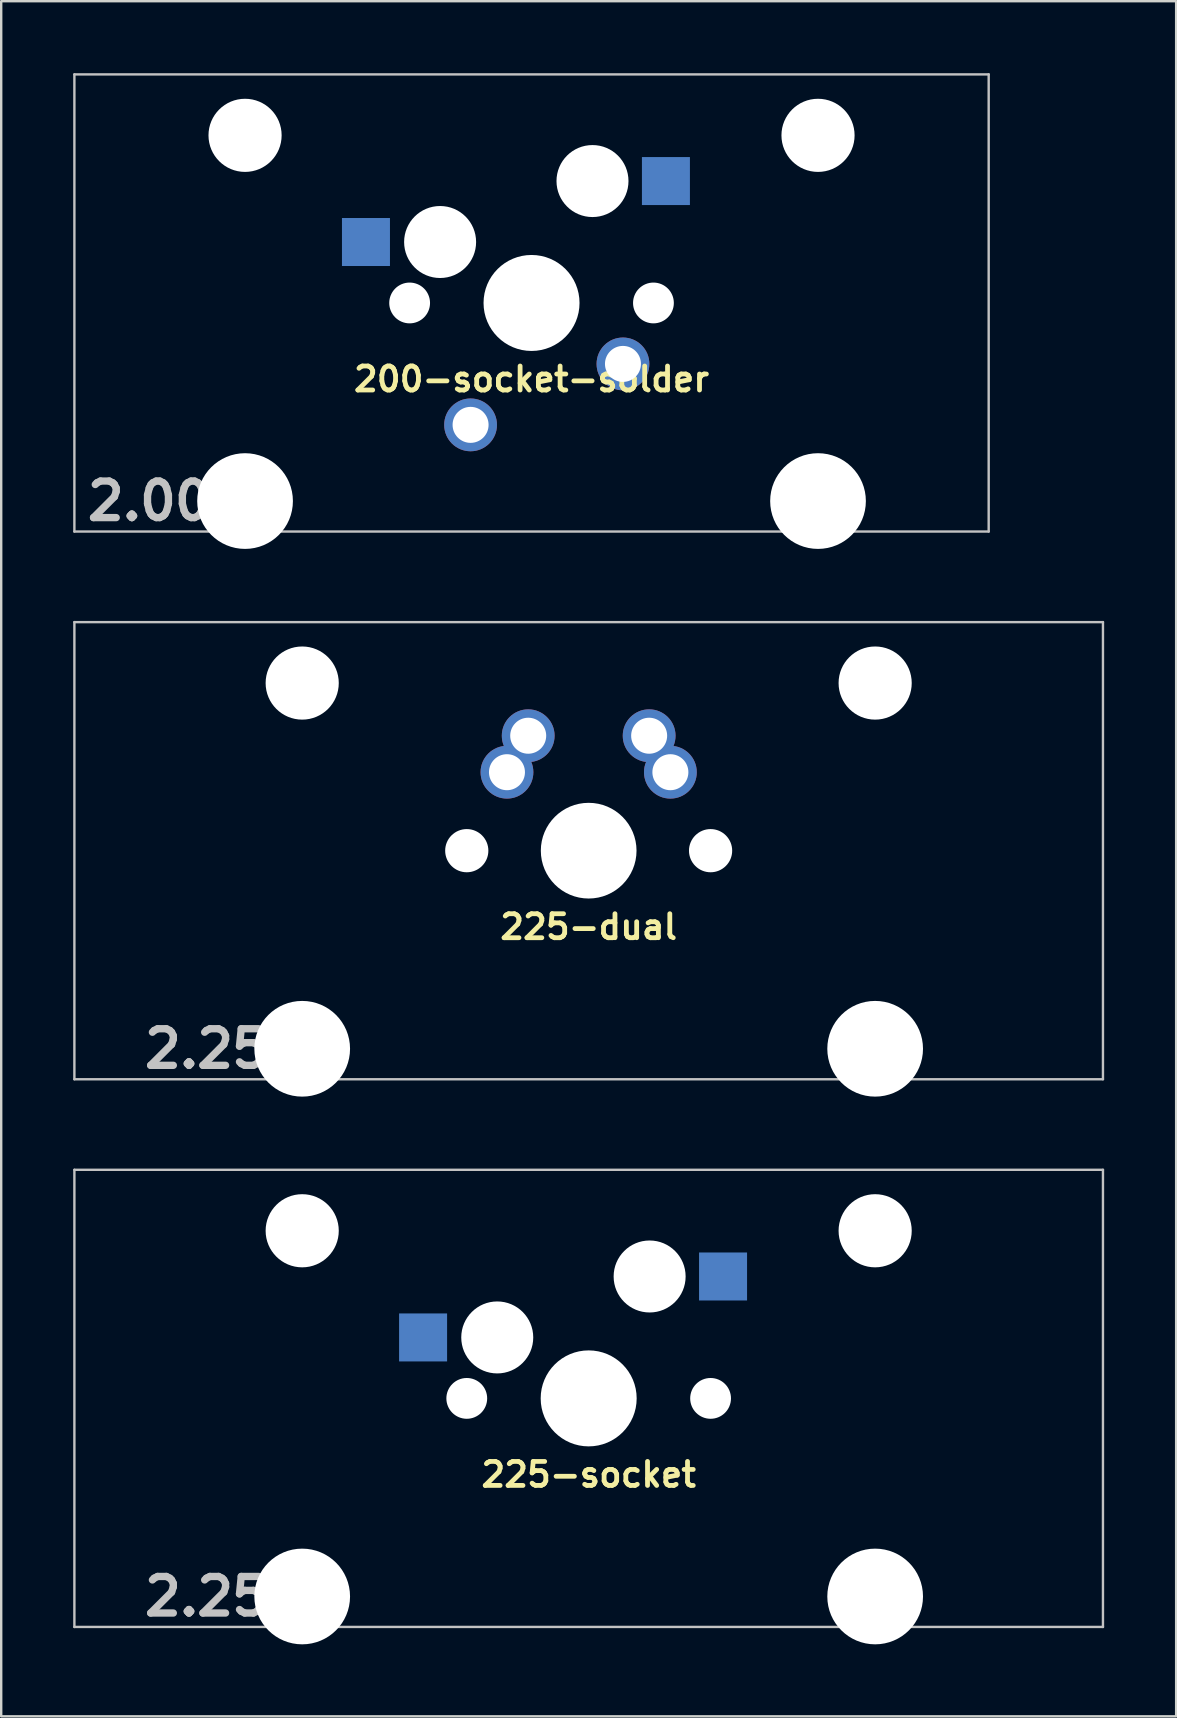
<source format=kicad_pcb>
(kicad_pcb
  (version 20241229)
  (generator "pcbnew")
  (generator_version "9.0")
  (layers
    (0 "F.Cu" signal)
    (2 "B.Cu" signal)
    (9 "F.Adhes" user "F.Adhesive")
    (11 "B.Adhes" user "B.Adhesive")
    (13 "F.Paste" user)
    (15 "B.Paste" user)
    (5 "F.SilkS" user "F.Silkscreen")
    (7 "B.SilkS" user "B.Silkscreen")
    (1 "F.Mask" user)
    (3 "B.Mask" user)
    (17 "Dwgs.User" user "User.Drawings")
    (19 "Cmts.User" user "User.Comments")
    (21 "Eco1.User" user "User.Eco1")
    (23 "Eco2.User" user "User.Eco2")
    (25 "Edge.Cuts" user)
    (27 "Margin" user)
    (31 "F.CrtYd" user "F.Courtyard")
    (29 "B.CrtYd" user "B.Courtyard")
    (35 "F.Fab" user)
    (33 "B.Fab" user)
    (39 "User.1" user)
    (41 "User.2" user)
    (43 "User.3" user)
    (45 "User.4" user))
  (footprint "225-socket"
    (layer "F.Cu")
    (at 21.481 55.223)
    (property "Reference" "225-socket" (at 0 3.175 0) (layer "F.SilkS") (effects (font (size 1 1) (thickness 0.2))))
    (attr through_hole)
    (fp_line (start -21.431 -9.525) (end 21.431 -9.525) (stroke (width 0.1) (type solid)) (layer "Dwgs.User"))
    (fp_line (start -21.431 9.525) (end -21.431 -9.525) (stroke (width 0.1) (type solid)) (layer "Dwgs.User"))
    (fp_line (start 21.431 -9.525) (end 21.431 9.525) (stroke (width 0.1) (type solid)) (layer "Dwgs.User"))
    (fp_line (start 21.431 9.525) (end -21.431 9.525) (stroke (width 0.1) (type solid)) (layer "Dwgs.User"))
    (fp_line (start -16.129 -2.286) (end -15.265 -2.286) (stroke (width 0.152) (type solid)) (layer "Eco2.User"))
    (fp_line (start -16.129 0.508) (end -16.129 -2.286) (stroke (width 0.152) (type solid)) (layer "Eco2.User"))
    (fp_line (start -15.265 -5.69) (end -8.611 -5.69) (stroke (width 0.152) (type solid)) (layer "Eco2.User"))
    (fp_line (start -15.265 -2.286) (end -15.265 -5.69) (stroke (width 0.152) (type solid)) (layer "Eco2.User"))
    (fp_line (start -15.265 0.508) (end -16.129 0.508) (stroke (width 0.152) (type solid)) (layer "Eco2.User"))
    (fp_line (start -15.265 6.604) (end -15.265 0.508) (stroke (width 0.152) (type solid)) (layer "Eco2.User"))
    (fp_line (start -14.224 6.604) (end -15.265 6.604) (stroke (width 0.152) (type solid)) (layer "Eco2.User"))
    (fp_line (start -14.224 7.772) (end -14.224 6.604) (stroke (width 0.152) (type solid)) (layer "Eco2.User"))
    (fp_line (start -9.652 6.604) (end -9.652 7.772) (stroke (width 0.152) (type solid)) (layer "Eco2.User"))
    (fp_line (start -9.652 7.772) (end -14.224 7.772) (stroke (width 0.152) (type solid)) (layer "Eco2.User"))
    (fp_line (start -8.611 -5.69) (end -8.611 -4.877) (stroke (width 0.152) (type solid)) (layer "Eco2.User"))
    (fp_line (start -8.611 -4.877) (end -6.985 -4.877) (stroke (width 0.152) (type solid)) (layer "Eco2.User"))
    (fp_line (start -8.611 5.817) (end -8.611 6.604) (stroke (width 0.152) (type solid)) (layer "Eco2.User"))
    (fp_line (start -8.611 6.604) (end -9.652 6.604) (stroke (width 0.152) (type solid)) (layer "Eco2.User"))
    (fp_line (start -6.985 -6.985) (end 6.985 -6.985) (stroke (width 0.152) (type solid)) (layer "Eco2.User"))
    (fp_line (start -6.985 -4.877) (end -6.985 -6.985) (stroke (width 0.152) (type solid)) (layer "Eco2.User"))
    (fp_line (start -6.985 5.817) (end -8.611 5.817) (stroke (width 0.152) (type solid)) (layer "Eco2.User"))
    (fp_line (start -6.985 6.985) (end -6.985 5.817) (stroke (width 0.152) (type solid)) (layer "Eco2.User"))
    (fp_line (start 6.985 -6.985) (end 6.985 -4.877) (stroke (width 0.152) (type solid)) (layer "Eco2.User"))
    (fp_line (start 6.985 -4.877) (end 8.611 -4.877) (stroke (width 0.152) (type solid)) (layer "Eco2.User"))
    (fp_line (start 6.985 5.817) (end 6.985 6.985) (stroke (width 0.152) (type solid)) (layer "Eco2.User"))
    (fp_line (start 6.985 6.985) (end -6.985 6.985) (stroke (width 0.152) (type solid)) (layer "Eco2.User"))
    (fp_line (start 8.611 -5.69) (end 15.265 -5.69) (stroke (width 0.152) (type solid)) (layer "Eco2.User"))
    (fp_line (start 8.611 -4.877) (end 8.611 -5.69) (stroke (width 0.152) (type solid)) (layer "Eco2.User"))
    (fp_line (start 8.611 5.817) (end 6.985 5.817) (stroke (width 0.152) (type solid)) (layer "Eco2.User"))
    (fp_line (start 8.611 6.604) (end 8.611 5.817) (stroke (width 0.152) (type solid)) (layer "Eco2.User"))
    (fp_line (start 9.652 6.604) (end 8.611 6.604) (stroke (width 0.152) (type solid)) (layer "Eco2.User"))
    (fp_line (start 9.652 7.772) (end 9.652 6.604) (stroke (width 0.152) (type solid)) (layer "Eco2.User"))
    (fp_line (start 14.224 6.604) (end 14.224 7.772) (stroke (width 0.152) (type solid)) (layer "Eco2.User"))
    (fp_line (start 14.224 7.772) (end 9.652 7.772) (stroke (width 0.152) (type solid)) (layer "Eco2.User"))
    (fp_line (start 15.265 -5.69) (end 15.265 -2.286) (stroke (width 0.152) (type solid)) (layer "Eco2.User"))
    (fp_line (start 15.265 -2.286) (end 16.129 -2.286) (stroke (width 0.152) (type solid)) (layer "Eco2.User"))
    (fp_line (start 15.265 0.508) (end 15.265 6.604) (stroke (width 0.152) (type solid)) (layer "Eco2.User"))
    (fp_line (start 15.265 6.604) (end 14.224 6.604) (stroke (width 0.152) (type solid)) (layer "Eco2.User"))
    (fp_line (start 16.129 -2.286) (end 16.129 0.508) (stroke (width 0.152) (type solid)) (layer "Eco2.User"))
    (fp_line (start 16.129 0.508) (end 15.265 0.508) (stroke (width 0.152) (type solid)) (layer "Eco2.User"))
    (fp_text user "2.25u" (at -15.24 8.255 0) (layer "Dwgs.User") (effects (font (size 1.524 1.524) (thickness 0.305))))
    (pad "" np_thru_hole circle (at -11.938 -6.985) (size 3.048 3.048) (drill 3.048) (layers "*.Cu" "*.Mask"))
    (pad "" np_thru_hole circle (at -11.938 8.255) (size 3.988 3.988) (drill 3.988) (layers "*.Cu" "*.Mask"))
    (pad "" np_thru_hole circle (at -5.08 0) (size 1.7 1.7) (drill 1.7) (layers "*.Cu" "*.Mask"))
    (pad "" np_thru_hole circle (at -3.81 -2.54 180) (size 3 3) (drill 3) (layers "*.Cu" "*.Mask"))
    (pad "" np_thru_hole circle (at 0 0 90) (size 4 4) (drill 4) (layers "*.Cu" "*.Mask"))
    (pad "" np_thru_hole circle (at 2.54 -5.08 180) (size 3 3) (drill 3) (layers "*.Cu" "*.Mask"))
    (pad "" np_thru_hole circle (at 5.08 0) (size 1.7 1.7) (drill 1.7) (layers "*.Cu" "*.Mask"))
    (pad "" np_thru_hole circle (at 11.938 -6.985) (size 3.048 3.048) (drill 3.048) (layers "*.Cu" "*.Mask"))
    (pad "" np_thru_hole circle (at 11.938 8.255) (size 3.988 3.988) (drill 3.988) (layers "*.Cu" "*.Mask"))
    (pad "1" smd rect (at -6.9 -2.54 180) (size 2 2) (layers "B.Cu" "B.Mask" "B.Paste"))
    (pad "2" smd rect (at 5.6 -5.08 180) (size 2 2) (layers "B.Cu" "B.Mask" "B.Paste")))
  (footprint "200-socket-solder"
    (layer "F.Cu")
    (at 19.1 9.575)
    (property "Reference" "200-socket-solder" (at 0 3.175 0) (layer "F.SilkS") (effects (font (size 1 1) (thickness 0.2))))
    (attr through_hole)
    (fp_line (start -19.05 -9.525) (end 19.05 -9.525) (stroke (width 0.1) (type solid)) (layer "Dwgs.User"))
    (fp_line (start -19.05 9.525) (end -19.05 -9.525) (stroke (width 0.1) (type solid)) (layer "Dwgs.User"))
    (fp_line (start 19.05 -9.525) (end 19.05 9.525) (stroke (width 0.1) (type solid)) (layer "Dwgs.User"))
    (fp_line (start 19.05 9.525) (end -19.05 9.525) (stroke (width 0.1) (type solid)) (layer "Dwgs.User"))
    (fp_line (start -16.129 -2.286) (end -15.265 -2.286) (stroke (width 0.152) (type solid)) (layer "Eco2.User"))
    (fp_line (start -16.129 0.508) (end -16.129 -2.286) (stroke (width 0.152) (type solid)) (layer "Eco2.User"))
    (fp_line (start -15.265 -5.69) (end -8.611 -5.69) (stroke (width 0.152) (type solid)) (layer "Eco2.User"))
    (fp_line (start -15.265 -2.286) (end -15.265 -5.69) (stroke (width 0.152) (type solid)) (layer "Eco2.User"))
    (fp_line (start -15.265 0.508) (end -16.129 0.508) (stroke (width 0.152) (type solid)) (layer "Eco2.User"))
    (fp_line (start -15.265 6.604) (end -15.265 0.508) (stroke (width 0.152) (type solid)) (layer "Eco2.User"))
    (fp_line (start -14.224 6.604) (end -15.265 6.604) (stroke (width 0.152) (type solid)) (layer "Eco2.User"))
    (fp_line (start -14.224 7.772) (end -14.224 6.604) (stroke (width 0.152) (type solid)) (layer "Eco2.User"))
    (fp_line (start -9.652 6.604) (end -9.652 7.772) (stroke (width 0.152) (type solid)) (layer "Eco2.User"))
    (fp_line (start -9.652 7.772) (end -14.224 7.772) (stroke (width 0.152) (type solid)) (layer "Eco2.User"))
    (fp_line (start -8.611 -5.69) (end -8.611 -4.877) (stroke (width 0.152) (type solid)) (layer "Eco2.User"))
    (fp_line (start -8.611 -4.877) (end -6.985 -4.877) (stroke (width 0.152) (type solid)) (layer "Eco2.User"))
    (fp_line (start -8.611 5.817) (end -8.611 6.604) (stroke (width 0.152) (type solid)) (layer "Eco2.User"))
    (fp_line (start -8.611 6.604) (end -9.652 6.604) (stroke (width 0.152) (type solid)) (layer "Eco2.User"))
    (fp_line (start -6.985 -6.985) (end 6.985 -6.985) (stroke (width 0.152) (type solid)) (layer "Eco2.User"))
    (fp_line (start -6.985 -4.877) (end -6.985 -6.985) (stroke (width 0.152) (type solid)) (layer "Eco2.User"))
    (fp_line (start -6.985 5.817) (end -8.611 5.817) (stroke (width 0.152) (type solid)) (layer "Eco2.User"))
    (fp_line (start -6.985 6.985) (end -6.985 5.817) (stroke (width 0.152) (type solid)) (layer "Eco2.User"))
    (fp_line (start 6.985 -6.985) (end 6.985 -4.877) (stroke (width 0.152) (type solid)) (layer "Eco2.User"))
    (fp_line (start 6.985 -4.877) (end 8.611 -4.877) (stroke (width 0.152) (type solid)) (layer "Eco2.User"))
    (fp_line (start 6.985 5.817) (end 6.985 6.985) (stroke (width 0.152) (type solid)) (layer "Eco2.User"))
    (fp_line (start 6.985 6.985) (end -6.985 6.985) (stroke (width 0.152) (type solid)) (layer "Eco2.User"))
    (fp_line (start 8.611 -5.69) (end 15.265 -5.69) (stroke (width 0.152) (type solid)) (layer "Eco2.User"))
    (fp_line (start 8.611 -4.877) (end 8.611 -5.69) (stroke (width 0.152) (type solid)) (layer "Eco2.User"))
    (fp_line (start 8.611 5.817) (end 6.985 5.817) (stroke (width 0.152) (type solid)) (layer "Eco2.User"))
    (fp_line (start 8.611 6.604) (end 8.611 5.817) (stroke (width 0.152) (type solid)) (layer "Eco2.User"))
    (fp_line (start 9.652 6.604) (end 8.611 6.604) (stroke (width 0.152) (type solid)) (layer "Eco2.User"))
    (fp_line (start 9.652 7.772) (end 9.652 6.604) (stroke (width 0.152) (type solid)) (layer "Eco2.User"))
    (fp_line (start 14.224 6.604) (end 14.224 7.772) (stroke (width 0.152) (type solid)) (layer "Eco2.User"))
    (fp_line (start 14.224 7.772) (end 9.652 7.772) (stroke (width 0.152) (type solid)) (layer "Eco2.User"))
    (fp_line (start 15.265 -5.69) (end 15.265 -2.286) (stroke (width 0.152) (type solid)) (layer "Eco2.User"))
    (fp_line (start 15.265 -2.286) (end 16.129 -2.286) (stroke (width 0.152) (type solid)) (layer "Eco2.User"))
    (fp_line (start 15.265 0.508) (end 15.265 6.604) (stroke (width 0.152) (type solid)) (layer "Eco2.User"))
    (fp_line (start 15.265 6.604) (end 14.224 6.604) (stroke (width 0.152) (type solid)) (layer "Eco2.User"))
    (fp_line (start 16.129 -2.286) (end 16.129 0.508) (stroke (width 0.152) (type solid)) (layer "Eco2.User"))
    (fp_line (start 16.129 0.508) (end 15.265 0.508) (stroke (width 0.152) (type solid)) (layer "Eco2.User"))
    (fp_text user "2.00u" (at -15.24 8.255 0) (layer "Dwgs.User") (effects (font (size 1.524 1.524) (thickness 0.305))))
    (pad "" np_thru_hole circle (at -11.938 -6.985) (size 3.048 3.048) (drill 3.048) (layers "*.Cu" "*.Mask"))
    (pad "" np_thru_hole circle (at -11.938 8.255) (size 3.988 3.988) (drill 3.988) (layers "*.Cu" "*.Mask"))
    (pad "" np_thru_hole circle (at -5.08 0) (size 1.7 1.7) (drill 1.7) (layers "*.Cu" "*.Mask"))
    (pad "" np_thru_hole circle (at -3.81 -2.54 180) (size 3 3) (drill 3) (layers "*.Cu" "*.Mask"))
    (pad "" np_thru_hole circle (at 0 0 90) (size 4 4) (drill 4) (layers "*.Cu" "*.Mask"))
    (pad "" np_thru_hole circle (at 2.54 -5.08 180) (size 3 3) (drill 3) (layers "*.Cu" "*.Mask"))
    (pad "" np_thru_hole circle (at 5.08 0) (size 1.7 1.7) (drill 1.7) (layers "*.Cu" "*.Mask"))
    (pad "" np_thru_hole circle (at 11.938 -6.985) (size 3.048 3.048) (drill 3.048) (layers "*.Cu" "*.Mask"))
    (pad "" np_thru_hole circle (at 11.938 8.255) (size 3.988 3.988) (drill 3.988) (layers "*.Cu" "*.Mask"))
    (pad "1" smd rect (at -6.9 -2.54 180) (size 2 2) (layers "B.Cu" "B.Mask" "B.Paste"))
    (pad "1" thru_hole circle (at -2.54 5.08 180) (size 2.2 2.2) (drill 1.5) (layers "*.Cu" "*.Mask"))
    (pad "2" thru_hole circle (at 3.81 2.54 180) (size 2.2 2.2) (drill 1.5) (layers "*.Cu" "*.Mask"))
    (pad "2" smd rect (at 5.6 -5.08 180) (size 2 2) (layers "B.Cu" "B.Mask" "B.Paste")))
  (footprint "225-dual"
    (layer "F.Cu")
    (at 21.481 32.399)
    (property "Reference" "225-dual" (at 0 3.175 0) (layer "F.SilkS") (effects (font (size 1 1) (thickness 0.2))))
    (attr through_hole)
    (fp_line (start -21.431 -9.525) (end 21.431 -9.525) (stroke (width 0.1) (type solid)) (layer "Dwgs.User"))
    (fp_line (start -21.431 9.525) (end -21.431 -9.525) (stroke (width 0.1) (type solid)) (layer "Dwgs.User"))
    (fp_line (start 21.431 -9.525) (end 21.431 9.525) (stroke (width 0.1) (type solid)) (layer "Dwgs.User"))
    (fp_line (start 21.431 9.525) (end -21.431 9.525) (stroke (width 0.1) (type solid)) (layer "Dwgs.User"))
    (fp_line (start -16.129 -2.286) (end -15.265 -2.286) (stroke (width 0.152) (type solid)) (layer "Eco2.User"))
    (fp_line (start -16.129 0.508) (end -16.129 -2.286) (stroke (width 0.152) (type solid)) (layer "Eco2.User"))
    (fp_line (start -15.265 -5.69) (end -8.611 -5.69) (stroke (width 0.152) (type solid)) (layer "Eco2.User"))
    (fp_line (start -15.265 -2.286) (end -15.265 -5.69) (stroke (width 0.152) (type solid)) (layer "Eco2.User"))
    (fp_line (start -15.265 0.508) (end -16.129 0.508) (stroke (width 0.152) (type solid)) (layer "Eco2.User"))
    (fp_line (start -15.265 6.604) (end -15.265 0.508) (stroke (width 0.152) (type solid)) (layer "Eco2.User"))
    (fp_line (start -14.224 6.604) (end -15.265 6.604) (stroke (width 0.152) (type solid)) (layer "Eco2.User"))
    (fp_line (start -14.224 7.772) (end -14.224 6.604) (stroke (width 0.152) (type solid)) (layer "Eco2.User"))
    (fp_line (start -9.652 6.604) (end -9.652 7.772) (stroke (width 0.152) (type solid)) (layer "Eco2.User"))
    (fp_line (start -9.652 7.772) (end -14.224 7.772) (stroke (width 0.152) (type solid)) (layer "Eco2.User"))
    (fp_line (start -8.611 -5.69) (end -8.611 -4.877) (stroke (width 0.152) (type solid)) (layer "Eco2.User"))
    (fp_line (start -8.611 -4.877) (end -6.985 -4.877) (stroke (width 0.152) (type solid)) (layer "Eco2.User"))
    (fp_line (start -8.611 5.817) (end -8.611 6.604) (stroke (width 0.152) (type solid)) (layer "Eco2.User"))
    (fp_line (start -8.611 6.604) (end -9.652 6.604) (stroke (width 0.152) (type solid)) (layer "Eco2.User"))
    (fp_line (start -6.985 -6.985) (end 6.985 -6.985) (stroke (width 0.152) (type solid)) (layer "Eco2.User"))
    (fp_line (start -6.985 -4.877) (end -6.985 -6.985) (stroke (width 0.152) (type solid)) (layer "Eco2.User"))
    (fp_line (start -6.985 5.817) (end -8.611 5.817) (stroke (width 0.152) (type solid)) (layer "Eco2.User"))
    (fp_line (start -6.985 6.985) (end -6.985 5.817) (stroke (width 0.152) (type solid)) (layer "Eco2.User"))
    (fp_line (start 6.985 -6.985) (end 6.985 -4.877) (stroke (width 0.152) (type solid)) (layer "Eco2.User"))
    (fp_line (start 6.985 -4.877) (end 8.611 -4.877) (stroke (width 0.152) (type solid)) (layer "Eco2.User"))
    (fp_line (start 6.985 5.817) (end 6.985 6.985) (stroke (width 0.152) (type solid)) (layer "Eco2.User"))
    (fp_line (start 6.985 6.985) (end -6.985 6.985) (stroke (width 0.152) (type solid)) (layer "Eco2.User"))
    (fp_line (start 8.611 -5.69) (end 15.265 -5.69) (stroke (width 0.152) (type solid)) (layer "Eco2.User"))
    (fp_line (start 8.611 -4.877) (end 8.611 -5.69) (stroke (width 0.152) (type solid)) (layer "Eco2.User"))
    (fp_line (start 8.611 5.817) (end 6.985 5.817) (stroke (width 0.152) (type solid)) (layer "Eco2.User"))
    (fp_line (start 8.611 6.604) (end 8.611 5.817) (stroke (width 0.152) (type solid)) (layer "Eco2.User"))
    (fp_line (start 9.652 6.604) (end 8.611 6.604) (stroke (width 0.152) (type solid)) (layer "Eco2.User"))
    (fp_line (start 9.652 7.772) (end 9.652 6.604) (stroke (width 0.152) (type solid)) (layer "Eco2.User"))
    (fp_line (start 14.224 6.604) (end 14.224 7.772) (stroke (width 0.152) (type solid)) (layer "Eco2.User"))
    (fp_line (start 14.224 7.772) (end 9.652 7.772) (stroke (width 0.152) (type solid)) (layer "Eco2.User"))
    (fp_line (start 15.265 -5.69) (end 15.265 -2.286) (stroke (width 0.152) (type solid)) (layer "Eco2.User"))
    (fp_line (start 15.265 -2.286) (end 16.129 -2.286) (stroke (width 0.152) (type solid)) (layer "Eco2.User"))
    (fp_line (start 15.265 0.508) (end 15.265 6.604) (stroke (width 0.152) (type solid)) (layer "Eco2.User"))
    (fp_line (start 15.265 6.604) (end 14.224 6.604) (stroke (width 0.152) (type solid)) (layer "Eco2.User"))
    (fp_line (start 16.129 -2.286) (end 16.129 0.508) (stroke (width 0.152) (type solid)) (layer "Eco2.User"))
    (fp_line (start 16.129 0.508) (end 15.265 0.508) (stroke (width 0.152) (type solid)) (layer "Eco2.User"))
    (fp_text user "2.25u" (at -15.24 8.255 0) (layer "Dwgs.User") (effects (font (size 1.524 1.524) (thickness 0.305))))
    (pad "" np_thru_hole circle (at -11.938 -6.985) (size 3.048 3.048) (drill 3.048) (layers "*.Cu" "*.Mask"))
    (pad "" np_thru_hole circle (at -11.938 8.255) (size 3.988 3.988) (drill 3.988) (layers "*.Cu" "*.Mask"))
    (pad "" np_thru_hole circle (at -5.08 0) (size 1.8 1.8) (drill 1.8) (layers "*.Cu" "*.Mask"))
    (pad "" np_thru_hole circle (at 0 0) (size 3.988 3.988) (drill 3.988) (layers "*.Cu" "*.Mask"))
    (pad "" np_thru_hole circle (at 5.08 0) (size 1.8 1.8) (drill 1.8) (layers "*.Cu" "*.Mask"))
    (pad "" np_thru_hole circle (at 11.938 -6.985) (size 3.048 3.048) (drill 3.048) (layers "*.Cu" "*.Mask"))
    (pad "" np_thru_hole circle (at 11.938 8.255) (size 3.988 3.988) (drill 3.988) (layers "*.Cu" "*.Mask"))
    (pad "1" thru_hole circle (at -2.52 -4.79) (size 2.2 2.2) (drill 1.5) (layers "*.Cu" "*.Mask"))
    (pad "1" thru_hole circle (at 3.405 -3.27 29) (size 2.2 2.2) (drill 1.5) (layers "*.Cu" "*.Mask"))
    (pad "2" thru_hole circle (at -3.405 -3.27 29) (size 2.2 2.2) (drill 1.5) (layers "*.Cu" "*.Mask"))
    (pad "2" thru_hole circle (at 2.52 -4.79) (size 2.2 2.2) (drill 1.5) (layers "*.Cu" "*.Mask")))
  (gr_rect
    (start -3 -3)
    (end 45.962 68.472)
    (stroke (width 0.1) (type default))
    (fill no)
    (layer "Edge.Cuts")))
</source>
